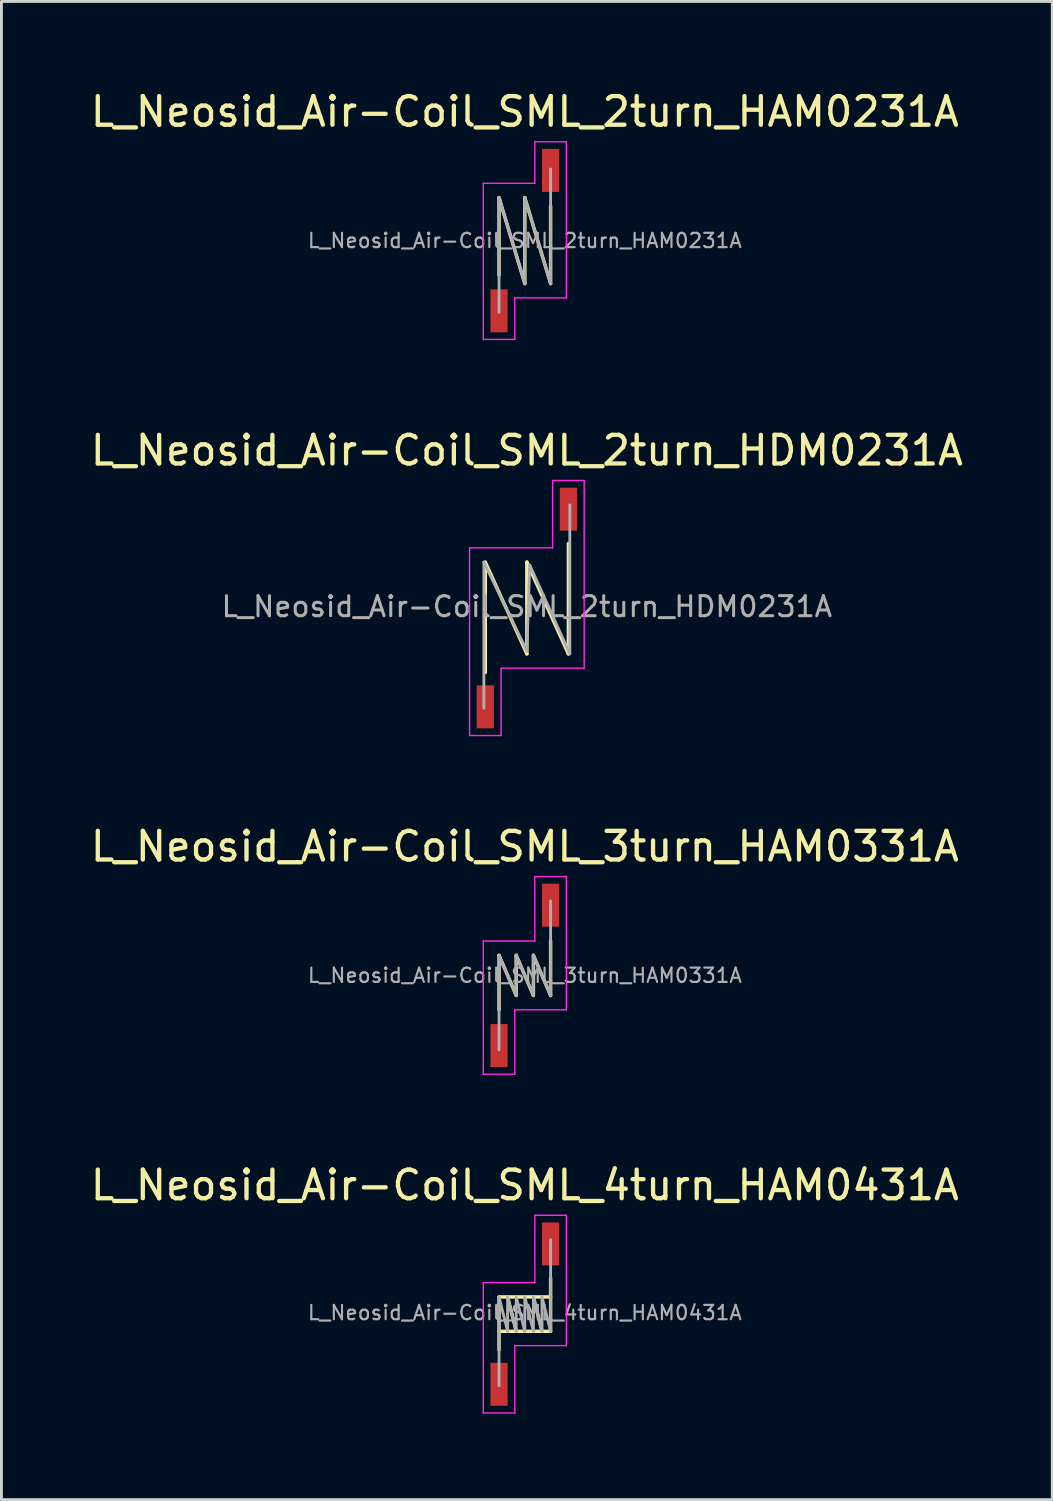
<source format=kicad_pcb>
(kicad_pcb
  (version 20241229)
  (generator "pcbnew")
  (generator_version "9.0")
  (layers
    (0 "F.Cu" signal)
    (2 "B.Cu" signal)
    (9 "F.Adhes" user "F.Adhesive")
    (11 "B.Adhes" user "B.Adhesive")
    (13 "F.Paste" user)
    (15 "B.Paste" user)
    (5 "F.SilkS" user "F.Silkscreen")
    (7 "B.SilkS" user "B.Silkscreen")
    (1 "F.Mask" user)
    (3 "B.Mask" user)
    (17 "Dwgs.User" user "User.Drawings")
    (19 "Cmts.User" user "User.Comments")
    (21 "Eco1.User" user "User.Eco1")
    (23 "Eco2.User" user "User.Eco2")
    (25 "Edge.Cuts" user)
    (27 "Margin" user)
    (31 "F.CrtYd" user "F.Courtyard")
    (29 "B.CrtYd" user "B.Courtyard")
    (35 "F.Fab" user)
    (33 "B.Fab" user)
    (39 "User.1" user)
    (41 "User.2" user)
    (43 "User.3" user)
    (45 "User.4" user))
  (footprint "L_Neosid_Air-Coil_SML_2turn_HDM0231A"
    (layer "F.Cu")
    (at 15.339 18.172)
    (property "Reference" "L_Neosid_Air-Coil_SML_2turn_HDM0231A" (at 0 -5.5 0) (layer "F.SilkS") (effects (font (size 1 1) (thickness 0.15))))
    (attr smd)
    (fp_line (start -1.45 -1.6) (end -1.45 2.25) (stroke (width 0.12) (type solid)) (layer "F.SilkS"))
    (fp_line (start -1.45 -1.6) (end 0 1.6) (stroke (width 0.12) (type solid)) (layer "F.SilkS"))
    (fp_line (start 0 -1.6) (end 0 1.6) (stroke (width 0.12) (type solid)) (layer "F.SilkS"))
    (fp_line (start 0 -1.6) (end 1.45 1.6) (stroke (width 0.12) (type solid)) (layer "F.SilkS"))
    (fp_line (start 1.45 1.6) (end 1.45 -2.25) (stroke (width 0.12) (type solid)) (layer "F.SilkS"))
    (fp_line (start -2 -2.1) (end -2 4.45) (stroke (width 0.05) (type solid)) (layer "F.CrtYd"))
    (fp_line (start -2 4.45) (end -0.9 4.45) (stroke (width 0.05) (type solid)) (layer "F.CrtYd"))
    (fp_line (start -0.9 2.1) (end 2 2.1) (stroke (width 0.05) (type solid)) (layer "F.CrtYd"))
    (fp_line (start -0.9 4.45) (end -0.9 2.1) (stroke (width 0.05) (type solid)) (layer "F.CrtYd"))
    (fp_line (start 0.9 -4.45) (end 0.9 -2.1) (stroke (width 0.05) (type solid)) (layer "F.CrtYd"))
    (fp_line (start 0.9 -2.1) (end -2 -2.1) (stroke (width 0.05) (type solid)) (layer "F.CrtYd"))
    (fp_line (start 2 -4.45) (end 0.9 -4.45) (stroke (width 0.05) (type solid)) (layer "F.CrtYd"))
    (fp_line (start 2 2.1) (end 2 -4.45) (stroke (width 0.05) (type solid)) (layer "F.CrtYd"))
    (fp_line (start -1.5 -1.6) (end 0 1.5) (stroke (width 0.1) (type solid)) (layer "F.Fab"))
    (fp_line (start -1.5 3.5) (end -1.5 -1.6) (stroke (width 0.1) (type solid)) (layer "F.Fab"))
    (fp_line (start 0 1.5) (end 0.1 -1.5) (stroke (width 0.1) (type solid)) (layer "F.Fab"))
    (fp_line (start 0.1 -1.5) (end 1.5 1.6) (stroke (width 0.1) (type solid)) (layer "F.Fab"))
    (fp_line (start 1.5 1.6) (end 1.5 -3.6) (stroke (width 0.1) (type solid)) (layer "F.Fab"))
    (fp_text user "${REFERENCE}" (at 0 -0.05 0) (layer "F.Fab") (effects (font (size 0.7 0.7) (thickness 0.105))))
    (pad "1" smd rect (at -1.45 3.45) (size 0.6 1.5) (layers "F.Cu" "F.Mask" "F.Paste"))
    (pad "2" smd rect (at 1.45 -3.45) (size 0.6 1.5) (layers "F.Cu" "F.Mask" "F.Paste")))
  (footprint "L_Neosid_Air-Coil_SML_4turn_HAM0431A"
    (layer "F.Cu")
    (at 15.268 42.818)
    (property "Reference" "L_Neosid_Air-Coil_SML_4turn_HAM0431A" (at 0 -4.5 0) (layer "F.SilkS") (effects (font (size 1 1) (thickness 0.15))))
    (attr smd)
    (fp_line (start -0.9 -0.6) (end 0.9 -0.6) (stroke (width 0.12) (type solid)) (layer "F.SilkS"))
    (fp_line (start -0.9 1.25) (end -0.9 -0.6) (stroke (width 0.12) (type solid)) (layer "F.SilkS"))
    (fp_line (start -0.6 -0.6) (end -0.3 0.6) (stroke (width 0.12) (type solid)) (layer "F.SilkS"))
    (fp_line (start 0.3 -0.6) (end 0.6 0.6) (stroke (width 0.12) (type solid)) (layer "F.SilkS"))
    (fp_line (start 0.9 0.6) (end -0.9 0.6) (stroke (width 0.12) (type solid)) (layer "F.SilkS"))
    (fp_line (start 0.9 0.6) (end 0.9 -1.25) (stroke (width 0.12) (type solid)) (layer "F.SilkS"))
    (fp_line (start -1.45 -1.1) (end -1.45 3.45) (stroke (width 0.05) (type solid)) (layer "F.CrtYd"))
    (fp_line (start -1.45 3.45) (end -0.35 3.45) (stroke (width 0.05) (type solid)) (layer "F.CrtYd"))
    (fp_line (start -0.35 1.1) (end 1.45 1.1) (stroke (width 0.05) (type solid)) (layer "F.CrtYd"))
    (fp_line (start -0.35 3.45) (end -0.35 1.1) (stroke (width 0.05) (type solid)) (layer "F.CrtYd"))
    (fp_line (start 0.35 -3.45) (end 0.35 -1.1) (stroke (width 0.05) (type solid)) (layer "F.CrtYd"))
    (fp_line (start 0.35 -1.1) (end -1.45 -1.1) (stroke (width 0.05) (type solid)) (layer "F.CrtYd"))
    (fp_line (start 1.45 -3.45) (end 0.35 -3.45) (stroke (width 0.05) (type solid)) (layer "F.CrtYd"))
    (fp_line (start 1.45 1.1) (end 1.45 -3.45) (stroke (width 0.05) (type solid)) (layer "F.CrtYd"))
    (fp_line (start -0.9 -0.6) (end -0.6 0.6) (stroke (width 0.1) (type solid)) (layer "F.Fab"))
    (fp_line (start -0.9 2.5) (end -0.9 -0.6) (stroke (width 0.1) (type solid)) (layer "F.Fab"))
    (fp_line (start -0.6 -0.6) (end -0.3 0.6) (stroke (width 0.1) (type solid)) (layer "F.Fab"))
    (fp_line (start -0.6 0.6) (end -0.6 -0.6) (stroke (width 0.1) (type solid)) (layer "F.Fab"))
    (fp_line (start -0.3 -0.6) (end 0 0.6) (stroke (width 0.1) (type solid)) (layer "F.Fab"))
    (fp_line (start -0.3 0.6) (end -0.3 -0.6) (stroke (width 0.1) (type solid)) (layer "F.Fab"))
    (fp_line (start 0 0.6) (end 0 -0.6) (stroke (width 0.1) (type solid)) (layer "F.Fab"))
    (fp_line (start 0.3 -0.6) (end 0.3 0.6) (stroke (width 0.1) (type solid)) (layer "F.Fab"))
    (fp_line (start 0.3 -0.6) (end 0.6 0.6) (stroke (width 0.1) (type solid)) (layer "F.Fab"))
    (fp_line (start 0.3 0.6) (end 0 -0.6) (stroke (width 0.1) (type solid)) (layer "F.Fab"))
    (fp_line (start 0.6 -0.6) (end 0.9 0.6) (stroke (width 0.1) (type solid)) (layer "F.Fab"))
    (fp_line (start 0.6 0.6) (end 0.6 -0.6) (stroke (width 0.1) (type solid)) (layer "F.Fab"))
    (fp_line (start 0.9 0.6) (end 0.9 -2.6) (stroke (width 0.1) (type solid)) (layer "F.Fab"))
    (fp_text user "${REFERENCE}" (at 0 -0.05 0) (layer "F.Fab") (effects (font (size 0.5 0.5) (thickness 0.075))))
    (pad "1" smd rect (at -0.9 2.45) (size 0.6 1.5) (layers "F.Cu" "F.Mask" "F.Paste"))
    (pad "2" smd rect (at 0.9 -2.45) (size 0.6 1.5) (layers "F.Cu" "F.Mask" "F.Paste")))
  (footprint "L_Neosid_Air-Coil_SML_3turn_HAM0331A"
    (layer "F.Cu")
    (at 15.268 30.995)
    (property "Reference" "L_Neosid_Air-Coil_SML_3turn_HAM0331A" (at 0 -4.5 0) (layer "F.SilkS") (effects (font (size 1 1) (thickness 0.15))))
    (attr smd)
    (fp_line (start -0.9 -0.7) (end -0.3 0.7) (stroke (width 0.12) (type solid)) (layer "F.SilkS"))
    (fp_line (start -0.9 1.2) (end -0.9 -0.7) (stroke (width 0.12) (type solid)) (layer "F.SilkS"))
    (fp_line (start -0.3 -0.7) (end 0.3 0.7) (stroke (width 0.12) (type solid)) (layer "F.SilkS"))
    (fp_line (start -0.3 0.7) (end -0.3 -0.7) (stroke (width 0.12) (type solid)) (layer "F.SilkS"))
    (fp_line (start 0.3 -0.7) (end 0.9 0.7) (stroke (width 0.12) (type solid)) (layer "F.SilkS"))
    (fp_line (start 0.3 0.7) (end 0.3 -0.7) (stroke (width 0.12) (type solid)) (layer "F.SilkS"))
    (fp_line (start 0.9 -1.2) (end 0.9 0.7) (stroke (width 0.12) (type solid)) (layer "F.SilkS"))
    (fp_line (start -1.45 -1.2) (end -1.45 3.45) (stroke (width 0.05) (type solid)) (layer "F.CrtYd"))
    (fp_line (start -1.45 3.45) (end -0.35 3.45) (stroke (width 0.05) (type solid)) (layer "F.CrtYd"))
    (fp_line (start -0.35 1.2) (end 1.45 1.2) (stroke (width 0.05) (type solid)) (layer "F.CrtYd"))
    (fp_line (start -0.35 3.45) (end -0.35 1.2) (stroke (width 0.05) (type solid)) (layer "F.CrtYd"))
    (fp_line (start 0.35 -3.45) (end 0.35 -1.2) (stroke (width 0.05) (type solid)) (layer "F.CrtYd"))
    (fp_line (start 0.35 -1.2) (end -1.45 -1.2) (stroke (width 0.05) (type solid)) (layer "F.CrtYd"))
    (fp_line (start 1.45 -3.45) (end 0.35 -3.45) (stroke (width 0.05) (type solid)) (layer "F.CrtYd"))
    (fp_line (start 1.45 1.2) (end 1.45 -3.45) (stroke (width 0.05) (type solid)) (layer "F.CrtYd"))
    (fp_line (start -0.9 -0.7) (end -0.3 0.7) (stroke (width 0.1) (type solid)) (layer "F.Fab"))
    (fp_line (start -0.9 2.6) (end -0.9 -0.7) (stroke (width 0.1) (type solid)) (layer "F.Fab"))
    (fp_line (start -0.3 -0.7) (end 0.3 0.7) (stroke (width 0.1) (type solid)) (layer "F.Fab"))
    (fp_line (start -0.3 0.7) (end -0.3 -0.7) (stroke (width 0.1) (type solid)) (layer "F.Fab"))
    (fp_line (start 0.3 -0.7) (end 0.9 0.7) (stroke (width 0.1) (type solid)) (layer "F.Fab"))
    (fp_line (start 0.3 0.7) (end 0.3 -0.7) (stroke (width 0.1) (type solid)) (layer "F.Fab"))
    (fp_line (start 0.9 0.7) (end 0.9 -2.6) (stroke (width 0.1) (type solid)) (layer "F.Fab"))
    (fp_text user "${REFERENCE}" (at 0 0 0) (layer "F.Fab") (effects (font (size 0.5 0.5) (thickness 0.075))))
    (pad "1" smd rect (at -0.9 2.45) (size 0.6 1.5) (layers "F.Cu" "F.Mask" "F.Paste"))
    (pad "2" smd rect (at 0.9 -2.45) (size 0.6 1.5) (layers "F.Cu" "F.Mask" "F.Paste")))
  (footprint "L_Neosid_Air-Coil_SML_2turn_HAM0231A"
    (layer "F.Cu")
    (at 15.268 5.348)
    (property "Reference" "L_Neosid_Air-Coil_SML_2turn_HAM0231A" (at 0 -4.5 0) (layer "F.SilkS") (effects (font (size 1 1) (thickness 0.15))))
    (attr smd)
    (fp_line (start -0.9 -1.5) (end 0 1.5) (stroke (width 0.12) (type solid)) (layer "F.SilkS"))
    (fp_line (start -0.9 1.2) (end -0.9 -1.5) (stroke (width 0.12) (type solid)) (layer "F.SilkS"))
    (fp_line (start 0 -1.5) (end 0.9 1.5) (stroke (width 0.12) (type solid)) (layer "F.SilkS"))
    (fp_line (start 0 1.5) (end 0 -1.5) (stroke (width 0.12) (type solid)) (layer "F.SilkS"))
    (fp_line (start 0.9 -1.2) (end 0.9 1.5) (stroke (width 0.12) (type solid)) (layer "F.SilkS"))
    (fp_line (start -1.45 -2) (end -1.45 3.45) (stroke (width 0.05) (type solid)) (layer "F.CrtYd"))
    (fp_line (start -1.45 3.45) (end -0.35 3.45) (stroke (width 0.05) (type solid)) (layer "F.CrtYd"))
    (fp_line (start -0.35 2) (end 1.45 2) (stroke (width 0.05) (type solid)) (layer "F.CrtYd"))
    (fp_line (start -0.35 3.45) (end -0.35 2) (stroke (width 0.05) (type solid)) (layer "F.CrtYd"))
    (fp_line (start 0.35 -3.45) (end 0.35 -2) (stroke (width 0.05) (type solid)) (layer "F.CrtYd"))
    (fp_line (start 0.35 -2) (end -1.45 -2) (stroke (width 0.05) (type solid)) (layer "F.CrtYd"))
    (fp_line (start 1.45 -3.45) (end 0.35 -3.45) (stroke (width 0.05) (type solid)) (layer "F.CrtYd"))
    (fp_line (start 1.45 2) (end 1.45 -3.45) (stroke (width 0.05) (type solid)) (layer "F.CrtYd"))
    (fp_line (start -0.9 -1.5) (end 0 1.5) (stroke (width 0.1) (type solid)) (layer "F.Fab"))
    (fp_line (start -0.9 2.5) (end -0.9 -1.5) (stroke (width 0.1) (type solid)) (layer "F.Fab"))
    (fp_line (start 0 -1.5) (end 0.9 1.5) (stroke (width 0.1) (type solid)) (layer "F.Fab"))
    (fp_line (start 0 1.5) (end 0 -1.5) (stroke (width 0.1) (type solid)) (layer "F.Fab"))
    (fp_line (start 0.9 1.5) (end 0.9 -2.5) (stroke (width 0.1) (type solid)) (layer "F.Fab"))
    (fp_text user "${REFERENCE}" (at 0 0 0) (layer "F.Fab") (effects (font (size 0.5 0.5) (thickness 0.075))))
    (pad "1" smd rect (at -0.9 2.45) (size 0.6 1.5) (layers "F.Cu" "F.Mask" "F.Paste"))
    (pad "2" smd rect (at 0.9 -2.45) (size 0.6 1.5) (layers "F.Cu" "F.Mask" "F.Paste")))
  (gr_rect
    (start -3 -3)
    (end 33.679 49.293)
    (stroke (width 0.1) (type default))
    (fill no)
    (layer "Edge.Cuts")))
</source>
